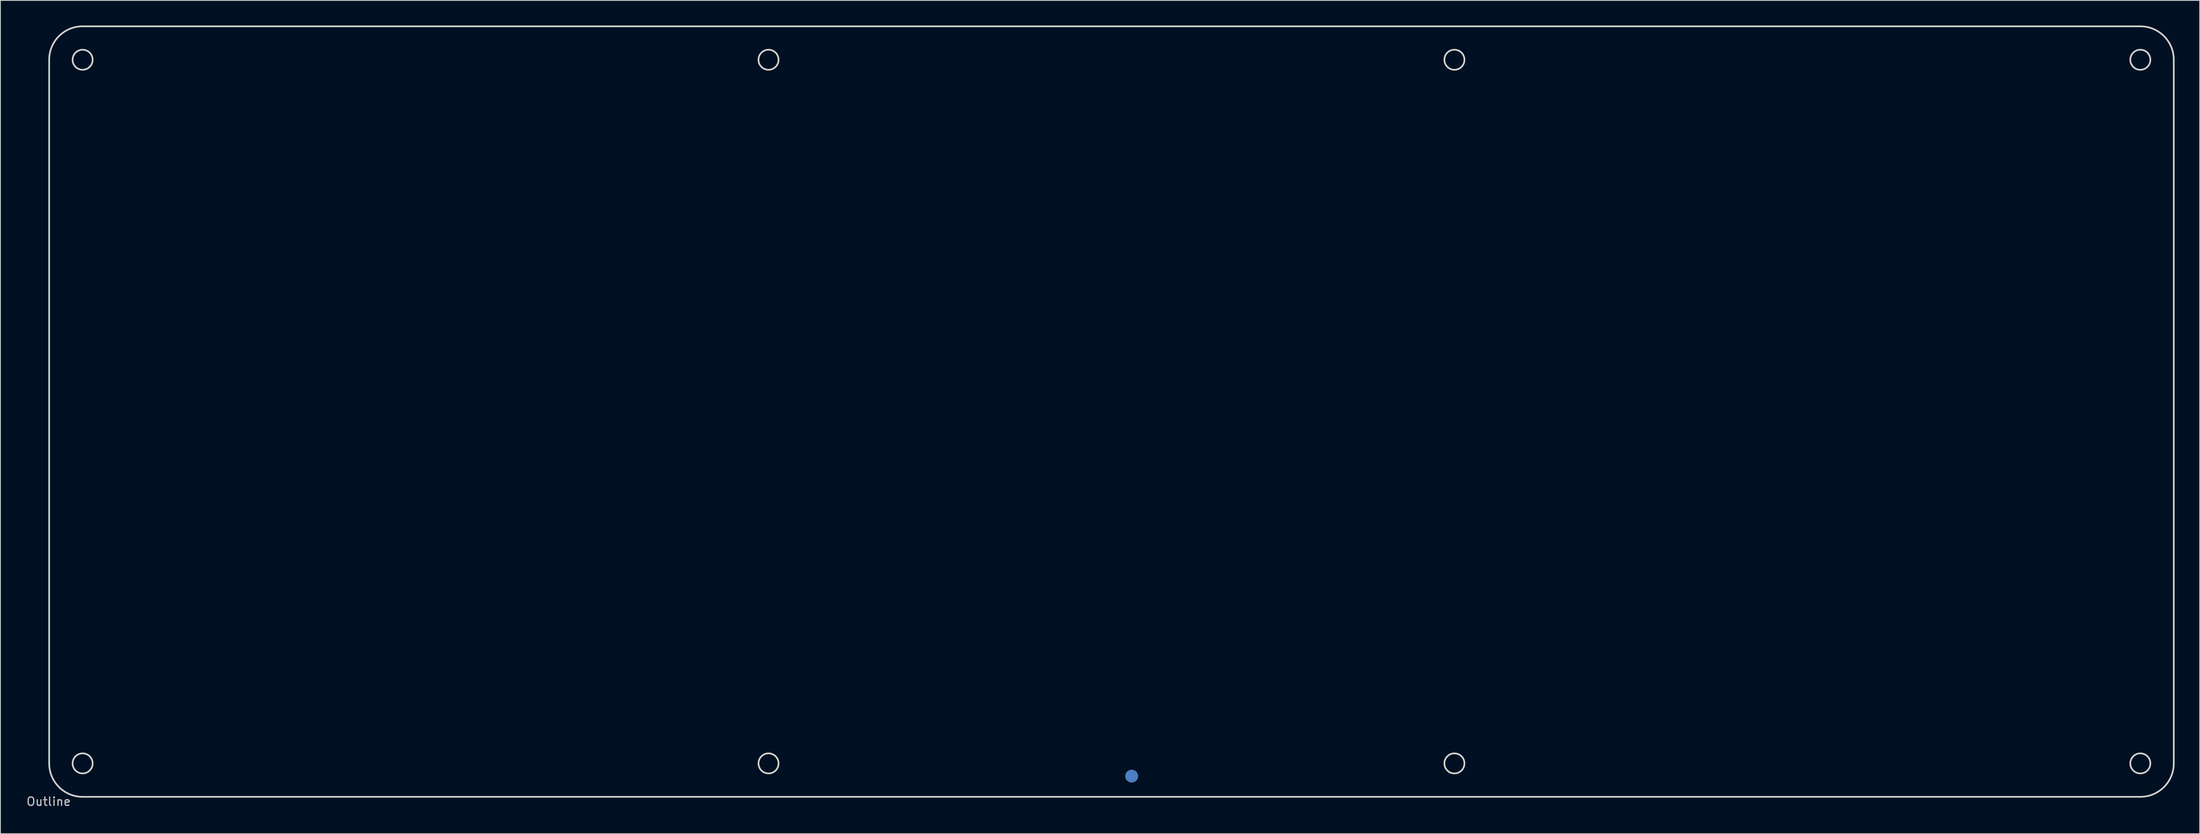
<source format=kicad_pcb>
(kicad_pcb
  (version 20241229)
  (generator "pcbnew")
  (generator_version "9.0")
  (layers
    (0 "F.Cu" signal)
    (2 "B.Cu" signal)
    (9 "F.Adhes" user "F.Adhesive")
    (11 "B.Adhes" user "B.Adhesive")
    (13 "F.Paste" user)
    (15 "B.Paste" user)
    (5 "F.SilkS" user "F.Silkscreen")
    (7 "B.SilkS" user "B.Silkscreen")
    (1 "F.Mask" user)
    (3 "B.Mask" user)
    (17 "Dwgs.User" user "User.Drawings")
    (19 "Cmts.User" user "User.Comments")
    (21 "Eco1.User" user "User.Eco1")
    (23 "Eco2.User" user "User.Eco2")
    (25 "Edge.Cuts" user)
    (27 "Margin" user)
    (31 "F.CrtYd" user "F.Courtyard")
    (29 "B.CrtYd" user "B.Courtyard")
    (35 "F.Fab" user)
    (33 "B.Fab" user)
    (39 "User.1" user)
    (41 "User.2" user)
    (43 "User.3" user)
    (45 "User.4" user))
  (footprint "Outline"
    (layer "F.Cu")
    (at 2.768 92.364)
    (property "Reference" "Outline" (at 0 0.5 0) (layer "Dwgs.User") (effects (font (size 1 1) (thickness 0.15))))
    (attr through_hole)
    (fp_line (start 0.064 -4.064) (end 0.064 -88.264) (stroke (width 0.2) (type solid)) (layer "Edge.Cuts"))
    (fp_line (start 4.064 -92.264) (end 250.189 -92.264) (stroke (width 0.2) (type solid)) (layer "Edge.Cuts"))
    (fp_line (start 250.189 -0.064) (end 4.064 -0.064) (stroke (width 0.2) (type solid)) (layer "Edge.Cuts"))
    (fp_line (start 254.189 -88.264) (end 254.189 -4.064) (stroke (width 0.2) (type solid)) (layer "Edge.Cuts"))
    (fp_arc (start 0.064 -88.264) (mid 1.235573 -91.092427) (end 4.064 -92.264) (stroke (width 0.2) (type solid)) (layer "Edge.Cuts"))
    (fp_arc (start 4.064 -0.064) (mid 1.235573 -1.235573) (end 0.064 -4.064) (stroke (width 0.2) (type solid)) (layer "Edge.Cuts"))
    (fp_arc (start 250.189 -92.264) (mid 253.017427 -91.092427) (end 254.189 -88.264) (stroke (width 0.2) (type solid)) (layer "Edge.Cuts"))
    (fp_arc (start 254.189 -4.064) (mid 253.017427 -1.235573) (end 250.189 -0.064) (stroke (width 0.2) (type solid)) (layer "Edge.Cuts"))
    (fp_circle (center 4.064 -88.264) (end 5.264 -88.264) (stroke (width 0.2) (type solid)) (fill no) (layer "Edge.Cuts"))
    (fp_circle (center 4.064 -4.064) (end 5.264 -4.064) (stroke (width 0.2) (type solid)) (fill no) (layer "Edge.Cuts"))
    (fp_circle (center 86.106 -88.264) (end 87.306 -88.264) (stroke (width 0.2) (type solid)) (fill no) (layer "Edge.Cuts"))
    (fp_circle (center 86.106 -4.064) (end 87.306 -4.064) (stroke (width 0.2) (type solid)) (fill no) (layer "Edge.Cuts"))
    (fp_circle (center 168.147 -88.264) (end 169.347 -88.264) (stroke (width 0.2) (type solid)) (fill no) (layer "Edge.Cuts"))
    (fp_circle (center 168.147 -4.064) (end 169.347 -4.064) (stroke (width 0.2) (type solid)) (fill no) (layer "Edge.Cuts"))
    (fp_circle (center 250.189 -88.264) (end 251.389 -88.264) (stroke (width 0.2) (type solid)) (fill no) (layer "Edge.Cuts"))
    (fp_circle (center 250.189 -4.064) (end 251.389 -4.064) (stroke (width 0.2) (type solid)) (fill no) (layer "Edge.Cuts"))
    (pad "1" smd circle (at 129.54 -2.54) (size 1.524 1.524) (layers "F.Cu"))
    (pad "1" smd circle (at 129.54 -2.54) (size 1.524 1.524) (layers "B.Cu")))
  (gr_rect
    (start -3 -3)
    (end 260.057 96.712)
    (stroke (width 0.1) (type default))
    (fill no)
    (layer "Edge.Cuts")))
</source>
